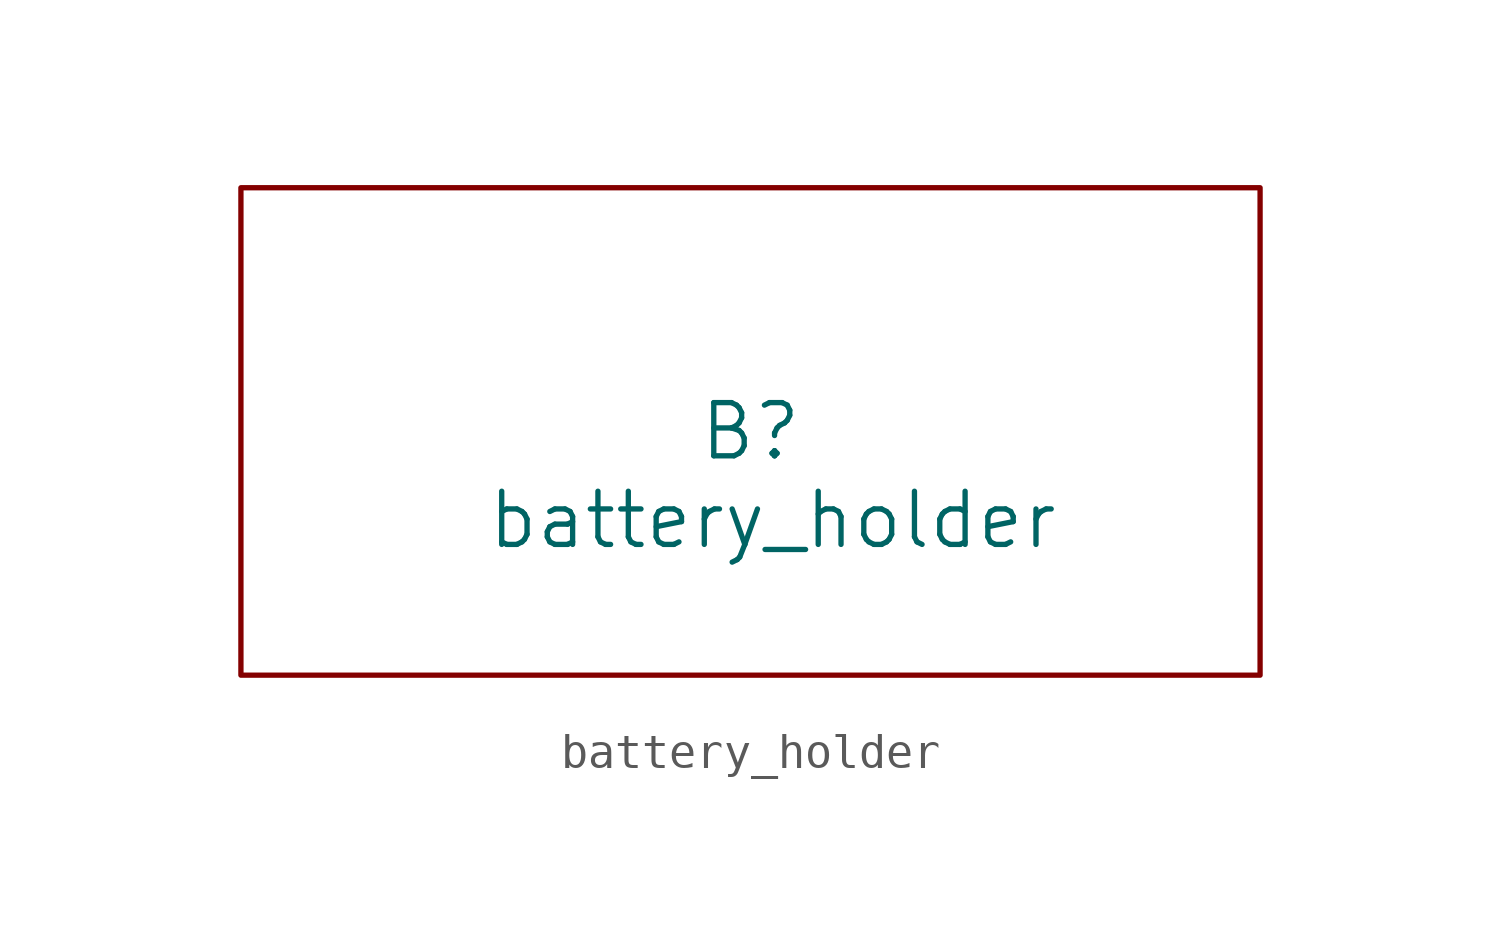
<source format=kicad_sym>
(kicad_symbol_lib
  (version 20220914)
  (generator kicad_symbol_editor)
  (symbol "battery_holder"
    (pin_names
      (offset 1.016))
    (property "Reference" "B"
      (at 0 0 0)
      (effects (font (size 1.524 1.524))))
    (property "Value" "battery_holder"
      (at 0.635 -2.54 0)
      (effects (font (size 1.524 1.524))))
    (symbol "battery_holder_0_1"
      (rectangle (start -14.605 6.985) (end 14.605 -6.985) (stroke (width 0) (type solid)) (fill (type none))))))
</source>
